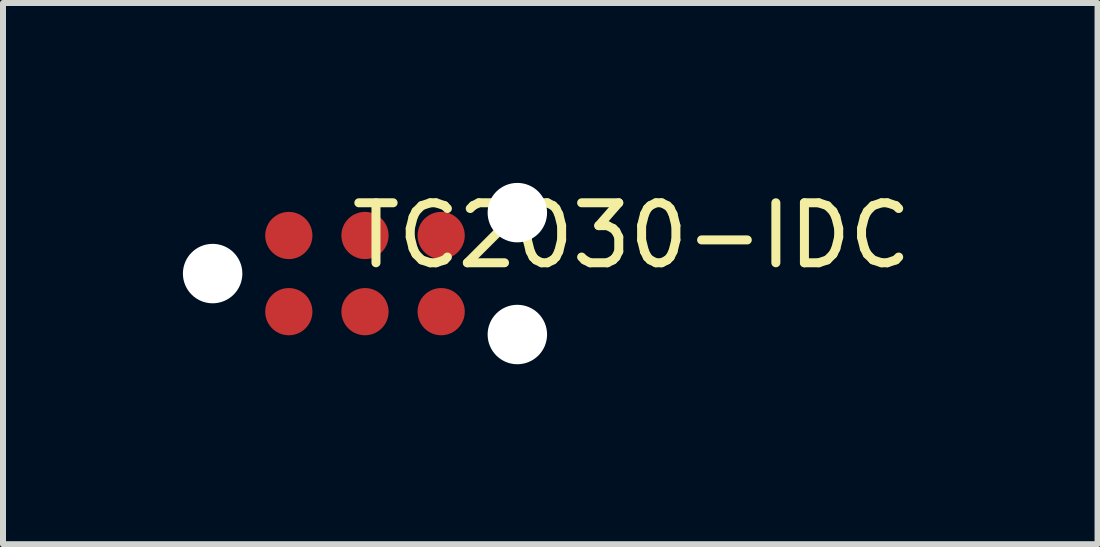
<source format=kicad_pcb>
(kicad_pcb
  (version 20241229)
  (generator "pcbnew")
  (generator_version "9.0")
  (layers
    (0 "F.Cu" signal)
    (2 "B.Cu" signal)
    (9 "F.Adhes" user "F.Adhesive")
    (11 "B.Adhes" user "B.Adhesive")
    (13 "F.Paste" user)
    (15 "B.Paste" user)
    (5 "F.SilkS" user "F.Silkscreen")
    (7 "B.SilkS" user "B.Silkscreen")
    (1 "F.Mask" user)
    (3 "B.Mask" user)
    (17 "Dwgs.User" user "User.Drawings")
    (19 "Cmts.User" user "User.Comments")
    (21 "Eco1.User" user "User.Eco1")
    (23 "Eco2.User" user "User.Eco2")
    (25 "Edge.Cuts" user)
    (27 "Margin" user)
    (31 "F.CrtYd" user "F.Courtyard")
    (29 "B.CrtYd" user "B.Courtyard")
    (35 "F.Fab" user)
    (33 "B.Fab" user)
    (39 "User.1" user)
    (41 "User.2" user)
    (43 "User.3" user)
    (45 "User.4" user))
  (footprint "TC2030-IDC"
    (layer "F.Cu")
    (at 3.035 1.511)
    (property "Reference" "TC2030-IDC" (at 4.445 -0.635 180) (layer "F.SilkS") (effects (font (size 1 1) (thickness 0.15))))
    (attr through_hole)
    (pad "" np_thru_hole circle (at -2.54 0) (size 0.991 0.991) (drill 0.991) (layers "*.Cu" "*.Mask"))
    (pad "" np_thru_hole circle (at 2.54 -1.016) (size 0.991 0.991) (drill 0.991) (layers "*.Cu" "*.Mask"))
    (pad "" np_thru_hole circle (at 2.54 1.016) (size 0.991 0.991) (drill 0.991) (layers "*.Cu" "*.Mask"))
    (pad "1" smd circle (at -1.27 0.635) (size 0.787 0.787) (layers "F.Cu" "F.Mask" "F.Paste"))
    (pad "2" smd circle (at -1.27 -0.635) (size 0.787 0.787) (layers "F.Cu" "F.Mask" "F.Paste"))
    (pad "3" smd circle (at 0 0.635) (size 0.787 0.787) (layers "F.Cu" "F.Mask" "F.Paste"))
    (pad "4" smd circle (at 0 -0.635) (size 0.787 0.787) (layers "F.Cu" "F.Mask" "F.Paste"))
    (pad "5" smd circle (at 1.27 0.635) (size 0.787 0.787) (layers "F.Cu" "F.Mask" "F.Paste"))
    (pad "6" smd circle (at 1.27 -0.635) (size 0.787 0.787) (layers "F.Cu" "F.Mask" "F.Paste"))
    (zone (net_name "") (layer "F.Cu") (hatch full 0.508) (connect_pads) (min_thickness 0.01) (filled_areas_thickness no) (keepout (tracks not_allowed) (vias not_allowed) (pads not_allowed) (copperpour not_allowed) (footprints allowed)) (placement (enabled no)) (fill) (polygon (pts (xy 1.765 0.876) (xy 4.305 0.876) (xy 4.305 2.146) (xy 1.765 2.146)))))
  (gr_rect
    (start -3 -3)
    (end 15.248 6.023)
    (stroke (width 0.1) (type default))
    (fill no)
    (layer "Edge.Cuts")))
</source>
